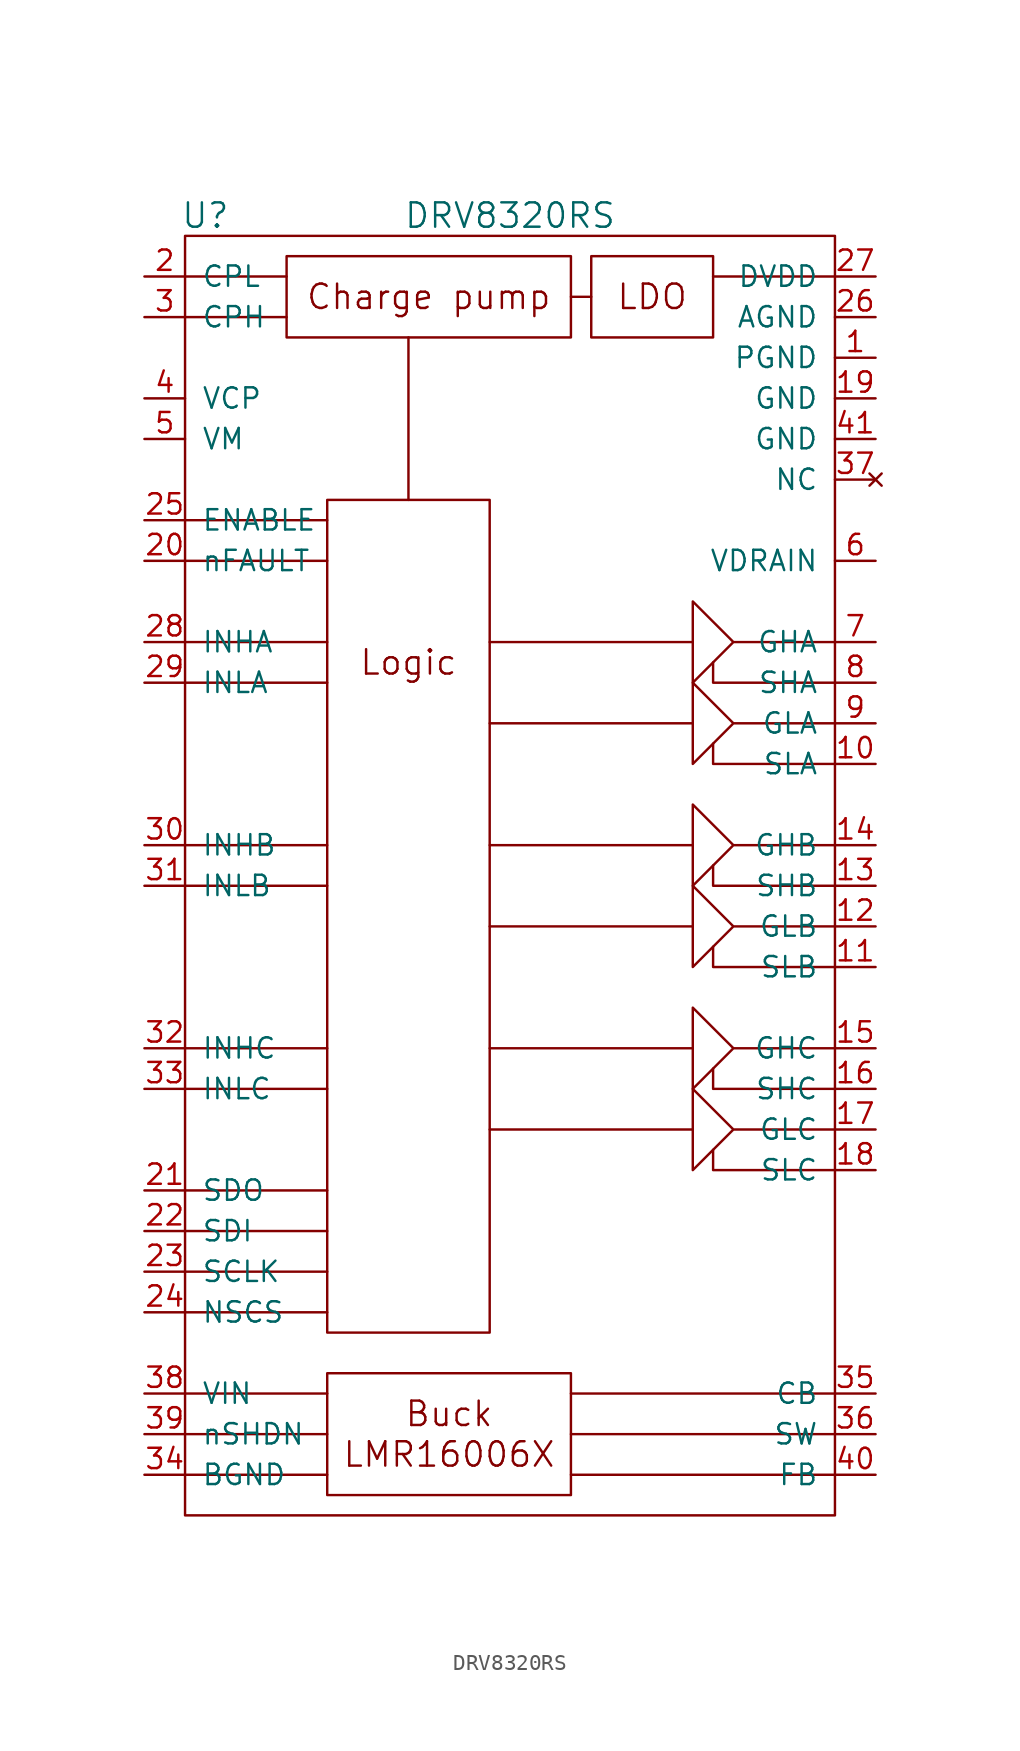
<source format=kicad_sym>
(kicad_symbol_lib
  (version 20211014)
  (generator kicad_symbol_editor)
  (symbol "DRV8320RS"
    (pin_names
      (offset 1.016))
    (property "Reference" "U"
      (at -19.05 41.91 0)
      (effects (font (size 1.524 1.524))))
    (property "Value" "DRV8320RS"
      (at 0 41.91 0)
      (effects (font (size 1.524 1.524))))
    (symbol "DRV8320RS_0_0"
      (rectangle (start -13.97 39.37) (end 3.81 34.29) (stroke (width 0) (type default) (color 0 0 0 0)) (fill (type none)))
      (rectangle (start -11.43 24.13) (end -1.27 -27.94) (stroke (width 0) (type default) (color 0 0 0 0)) (fill (type none)))
      (polyline (pts (xy -20.32 -36.83) (xy -11.43 -36.83)) (stroke (width 0) (type default) (color 0 0 0 0)) (fill (type none)))
      (polyline (pts (xy -20.32 -34.29) (xy -11.43 -34.29)) (stroke (width 0) (type default) (color 0 0 0 0)) (fill (type none)))
      (polyline (pts (xy -20.32 -31.75) (xy -11.43 -31.75)) (stroke (width 0) (type default) (color 0 0 0 0)) (fill (type none)))
      (polyline (pts (xy -20.32 -26.67) (xy -11.43 -26.67)) (stroke (width 0) (type default) (color 0 0 0 0)) (fill (type none)))
      (polyline (pts (xy -20.32 -24.13) (xy -11.43 -24.13)) (stroke (width 0) (type default) (color 0 0 0 0)) (fill (type none)))
      (polyline (pts (xy -20.32 35.56) (xy -13.97 35.56)) (stroke (width 0) (type default) (color 0 0 0 0)) (fill (type none)))
      (polyline (pts (xy -20.32 38.1) (xy -13.97 38.1)) (stroke (width 0) (type default) (color 0 0 0 0)) (fill (type none)))
      (polyline (pts (xy -6.35 24.13) (xy -6.35 34.29)) (stroke (width 0) (type default) (color 0 0 0 0)) (fill (type none)))
      (polyline (pts (xy 3.81 36.83) (xy 5.08 36.83)) (stroke (width 0) (type default) (color 0 0 0 0)) (fill (type none)))
      (polyline (pts (xy 11.43 10.16) (xy -1.27 10.16)) (stroke (width 0) (type default) (color 0 0 0 0)) (fill (type none)))
      (polyline (pts (xy 11.43 15.24) (xy -1.27 15.24)) (stroke (width 0) (type default) (color 0 0 0 0)) (fill (type none)))
      (polyline (pts (xy 12.7 38.1) (xy 20.32 38.1)) (stroke (width 0) (type default) (color 0 0 0 0)) (fill (type none)))
      (polyline (pts (xy 20.32 -36.83) (xy 3.81 -36.83)) (stroke (width 0) (type default) (color 0 0 0 0)) (fill (type none)))
      (polyline (pts (xy 20.32 -34.29) (xy 3.81 -34.29)) (stroke (width 0) (type default) (color 0 0 0 0)) (fill (type none)))
      (polyline (pts (xy 20.32 -31.75) (xy 3.81 -31.75)) (stroke (width 0) (type default) (color 0 0 0 0)) (fill (type none)))
      (rectangle (start 5.08 39.37) (end 12.7 34.29) (stroke (width 0) (type default) (color 0 0 0 0)) (fill (type none)))
      (text "Buck" (at -3.81 -33.02 0) (effects (font (size 1.524 1.524))))
      (text "Charge pump" (at -5.08 36.83 0) (effects (font (size 1.524 1.524))))
      (text "LDO" (at 8.89 36.83 0) (effects (font (size 1.524 1.524))))
      (text "LMR16006X" (at -3.81 -35.56 0) (effects (font (size 1.524 1.524))))
      (text "Logic" (at -6.35 13.97 0) (effects (font (size 1.524 1.524)))))
    (symbol "DRV8320RS_0_1"
      (rectangle (start -20.32 40.64) (end 20.32 -39.37) (stroke (width 0) (type default) (color 0 0 0 0)) (fill (type none)))
      (rectangle (start -11.43 -30.48) (end 3.81 -38.1) (stroke (width 0) (type default) (color 0 0 0 0)) (fill (type none)))
      (polyline (pts (xy 12.7 8.89) (xy 12.7 7.62) (xy 20.32 7.62)) (stroke (width 0) (type default) (color 0 0 0 0)) (fill (type none)))
      (polyline (pts (xy 12.7 13.97) (xy 12.7 12.7) (xy 20.32 12.7)) (stroke (width 0) (type default) (color 0 0 0 0)) (fill (type none)))
      (polyline (pts (xy 20.32 10.16) (xy 13.97 10.16) (xy 11.43 7.62) (xy 11.43 12.7) (xy 13.97 10.16)) (stroke (width 0) (type default) (color 0 0 0 0)) (fill (type none)))
      (polyline (pts (xy 20.32 15.24) (xy 13.97 15.24) (xy 11.43 12.7) (xy 11.43 17.78) (xy 13.97 15.24)) (stroke (width 0) (type default) (color 0 0 0 0)) (fill (type none))))
    (symbol "DRV8320RS_1_0"
      (polyline (pts (xy -20.32 -21.59) (xy -11.43 -21.59)) (stroke (width 0) (type default) (color 0 0 0 0)) (fill (type none)))
      (polyline (pts (xy -20.32 -19.05) (xy -11.43 -19.05)) (stroke (width 0) (type default) (color 0 0 0 0)) (fill (type none)))
      (polyline (pts (xy -20.32 -12.7) (xy -11.43 -12.7)) (stroke (width 0) (type default) (color 0 0 0 0)) (fill (type none)))
      (polyline (pts (xy -20.32 -10.16) (xy -11.43 -10.16)) (stroke (width 0) (type default) (color 0 0 0 0)) (fill (type none)))
      (polyline (pts (xy -20.32 0) (xy -11.43 0)) (stroke (width 0) (type default) (color 0 0 0 0)) (fill (type none)))
      (polyline (pts (xy -20.32 2.54) (xy -11.43 2.54)) (stroke (width 0) (type default) (color 0 0 0 0)) (fill (type none)))
      (polyline (pts (xy -20.32 12.7) (xy -11.43 12.7)) (stroke (width 0) (type default) (color 0 0 0 0)) (fill (type none)))
      (polyline (pts (xy -20.32 15.24) (xy -11.43 15.24)) (stroke (width 0) (type default) (color 0 0 0 0)) (fill (type none)))
      (polyline (pts (xy -20.32 20.32) (xy -11.43 20.32)) (stroke (width 0) (type default) (color 0 0 0 0)) (fill (type none)))
      (polyline (pts (xy -20.32 22.86) (xy -11.43 22.86)) (stroke (width 0) (type default) (color 0 0 0 0)) (fill (type none)))
      (polyline (pts (xy 11.43 -15.24) (xy -1.27 -15.24)) (stroke (width 0) (type default) (color 0 0 0 0)) (fill (type none)))
      (polyline (pts (xy 11.43 -10.16) (xy -1.27 -10.16)) (stroke (width 0) (type default) (color 0 0 0 0)) (fill (type none)))
      (polyline (pts (xy 11.43 -2.54) (xy -1.27 -2.54)) (stroke (width 0) (type default) (color 0 0 0 0)) (fill (type none)))
      (polyline (pts (xy 11.43 2.54) (xy -1.27 2.54)) (stroke (width 0) (type default) (color 0 0 0 0)) (fill (type none))))
    (symbol "DRV8320RS_1_1"
      (polyline (pts (xy 12.7 -16.51) (xy 12.7 -17.78) (xy 20.32 -17.78)) (stroke (width 0) (type default) (color 0 0 0 0)) (fill (type none)))
      (polyline (pts (xy 12.7 -11.43) (xy 12.7 -12.7) (xy 20.32 -12.7)) (stroke (width 0) (type default) (color 0 0 0 0)) (fill (type none)))
      (polyline (pts (xy 12.7 -3.81) (xy 12.7 -5.08) (xy 20.32 -5.08)) (stroke (width 0) (type default) (color 0 0 0 0)) (fill (type none)))
      (polyline (pts (xy 12.7 1.27) (xy 12.7 0) (xy 20.32 0)) (stroke (width 0) (type default) (color 0 0 0 0)) (fill (type none)))
      (polyline (pts (xy 20.32 -15.24) (xy 13.97 -15.24) (xy 11.43 -17.78) (xy 11.43 -12.7) (xy 13.97 -15.24)) (stroke (width 0) (type default) (color 0 0 0 0)) (fill (type none)))
      (polyline (pts (xy 20.32 -10.16) (xy 13.97 -10.16) (xy 11.43 -12.7) (xy 11.43 -7.62) (xy 13.97 -10.16)) (stroke (width 0) (type default) (color 0 0 0 0)) (fill (type none)))
      (polyline (pts (xy 20.32 -2.54) (xy 13.97 -2.54) (xy 11.43 -5.08) (xy 11.43 0) (xy 13.97 -2.54)) (stroke (width 0) (type default) (color 0 0 0 0)) (fill (type none)))
      (polyline (pts (xy 20.32 2.54) (xy 13.97 2.54) (xy 11.43 0) (xy 11.43 5.08) (xy 13.97 2.54)) (stroke (width 0) (type default) (color 0 0 0 0)) (fill (type none)))
      (pin power_in line (at 22.86 33.02 180) (length 2.54) (name "PGND" (effects (font (size 1.27 1.27)))) (number "1" (effects (font (size 1.27 1.27)))))
      (pin input line (at 22.86 7.62 180) (length 2.54) (name "SLA" (effects (font (size 1.27 1.27)))) (number "10" (effects (font (size 1.27 1.27)))))
      (pin input line (at 22.86 -5.08 180) (length 2.54) (name "SLB" (effects (font (size 1.27 1.27)))) (number "11" (effects (font (size 1.27 1.27)))))
      (pin output line (at 22.86 -2.54 180) (length 2.54) (name "GLB" (effects (font (size 1.27 1.27)))) (number "12" (effects (font (size 1.27 1.27)))))
      (pin input line (at 22.86 0 180) (length 2.54) (name "SHB" (effects (font (size 1.27 1.27)))) (number "13" (effects (font (size 1.27 1.27)))))
      (pin output line (at 22.86 2.54 180) (length 2.54) (name "GHB" (effects (font (size 1.27 1.27)))) (number "14" (effects (font (size 1.27 1.27)))))
      (pin output line (at 22.86 -10.16 180) (length 2.54) (name "GHC" (effects (font (size 1.27 1.27)))) (number "15" (effects (font (size 1.27 1.27)))))
      (pin input line (at 22.86 -12.7 180) (length 2.54) (name "SHC" (effects (font (size 1.27 1.27)))) (number "16" (effects (font (size 1.27 1.27)))))
      (pin output line (at 22.86 -15.24 180) (length 2.54) (name "GLC" (effects (font (size 1.27 1.27)))) (number "17" (effects (font (size 1.27 1.27)))))
      (pin input line (at 22.86 -17.78 180) (length 2.54) (name "SLC" (effects (font (size 1.27 1.27)))) (number "18" (effects (font (size 1.27 1.27)))))
      (pin power_in line (at 22.86 30.48 180) (length 2.54) (name "GND" (effects (font (size 1.27 1.27)))) (number "19" (effects (font (size 1.27 1.27)))))
      (pin power_out line (at -22.86 38.1 0) (length 2.54) (name "CPL" (effects (font (size 1.27 1.27)))) (number "2" (effects (font (size 1.27 1.27)))))
      (pin open_collector line (at -22.86 20.32 0) (length 2.54) (name "nFAULT" (effects (font (size 1.27 1.27)))) (number "20" (effects (font (size 1.27 1.27)))))
      (pin open_collector line (at -22.86 -19.05 0) (length 2.54) (name "SDO" (effects (font (size 1.27 1.27)))) (number "21" (effects (font (size 1.27 1.27)))))
      (pin input line (at -22.86 -21.59 0) (length 2.54) (name "SDI" (effects (font (size 1.27 1.27)))) (number "22" (effects (font (size 1.27 1.27)))))
      (pin input line (at -22.86 -24.13 0) (length 2.54) (name "SCLK" (effects (font (size 1.27 1.27)))) (number "23" (effects (font (size 1.27 1.27)))))
      (pin input line (at -22.86 -26.67 0) (length 2.54) (name "NSCS" (effects (font (size 1.27 1.27)))) (number "24" (effects (font (size 1.27 1.27)))))
      (pin input line (at -22.86 22.86 0) (length 2.54) (name "ENABLE" (effects (font (size 1.27 1.27)))) (number "25" (effects (font (size 1.27 1.27)))))
      (pin power_in line (at 22.86 35.56 180) (length 2.54) (name "AGND" (effects (font (size 1.27 1.27)))) (number "26" (effects (font (size 1.27 1.27)))))
      (pin power_out line (at 22.86 38.1 180) (length 2.54) (name "DVDD" (effects (font (size 1.27 1.27)))) (number "27" (effects (font (size 1.27 1.27)))))
      (pin input line (at -22.86 15.24 0) (length 2.54) (name "INHA" (effects (font (size 1.27 1.27)))) (number "28" (effects (font (size 1.27 1.27)))))
      (pin input line (at -22.86 12.7 0) (length 2.54) (name "INLA" (effects (font (size 1.27 1.27)))) (number "29" (effects (font (size 1.27 1.27)))))
      (pin power_in line (at -22.86 35.56 0) (length 2.54) (name "CPH" (effects (font (size 1.27 1.27)))) (number "3" (effects (font (size 1.27 1.27)))))
      (pin input line (at -22.86 2.54 0) (length 2.54) (name "INHB" (effects (font (size 1.27 1.27)))) (number "30" (effects (font (size 1.27 1.27)))))
      (pin input line (at -22.86 0 0) (length 2.54) (name "INLB" (effects (font (size 1.27 1.27)))) (number "31" (effects (font (size 1.27 1.27)))))
      (pin input line (at -22.86 -10.16 0) (length 2.54) (name "INHC" (effects (font (size 1.27 1.27)))) (number "32" (effects (font (size 1.27 1.27)))))
      (pin input line (at -22.86 -12.7 0) (length 2.54) (name "INLC" (effects (font (size 1.27 1.27)))) (number "33" (effects (font (size 1.27 1.27)))))
      (pin power_in line (at -22.86 -36.83 0) (length 2.54) (name "BGND" (effects (font (size 1.27 1.27)))) (number "34" (effects (font (size 1.27 1.27)))))
      (pin power_in line (at 22.86 -31.75 180) (length 2.54) (name "CB" (effects (font (size 1.27 1.27)))) (number "35" (effects (font (size 1.27 1.27)))))
      (pin open_emitter line (at 22.86 -34.29 180) (length 2.54) (name "SW" (effects (font (size 1.27 1.27)))) (number "36" (effects (font (size 1.27 1.27)))))
      (pin no_connect line (at 22.86 25.4 180) (length 2.54) (name "NC" (effects (font (size 1.27 1.27)))) (number "37" (effects (font (size 1.27 1.27)))))
      (pin power_in line (at -22.86 -31.75 0) (length 2.54) (name "VIN" (effects (font (size 1.27 1.27)))) (number "38" (effects (font (size 1.27 1.27)))))
      (pin input line (at -22.86 -34.29 0) (length 2.54) (name "nSHDN" (effects (font (size 1.27 1.27)))) (number "39" (effects (font (size 1.27 1.27)))))
      (pin power_out line (at -22.86 30.48 0) (length 2.54) (name "VCP" (effects (font (size 1.27 1.27)))) (number "4" (effects (font (size 1.27 1.27)))))
      (pin input line (at 22.86 -36.83 180) (length 2.54) (name "FB" (effects (font (size 1.27 1.27)))) (number "40" (effects (font (size 1.27 1.27)))))
      (pin power_in line (at 22.86 27.94 180) (length 2.54) (name "GND" (effects (font (size 1.27 1.27)))) (number "41" (effects (font (size 1.27 1.27)))))
      (pin power_in line (at -22.86 27.94 0) (length 2.54) (name "VM" (effects (font (size 1.27 1.27)))) (number "5" (effects (font (size 1.27 1.27)))))
      (pin input line (at 22.86 20.32 180) (length 2.54) (name "VDRAIN" (effects (font (size 1.27 1.27)))) (number "6" (effects (font (size 1.27 1.27)))))
      (pin output line (at 22.86 15.24 180) (length 2.54) (name "GHA" (effects (font (size 1.27 1.27)))) (number "7" (effects (font (size 1.27 1.27)))))
      (pin input line (at 22.86 12.7 180) (length 2.54) (name "SHA" (effects (font (size 1.27 1.27)))) (number "8" (effects (font (size 1.27 1.27)))))
      (pin output line (at 22.86 10.16 180) (length 2.54) (name "GLA" (effects (font (size 1.27 1.27)))) (number "9" (effects (font (size 1.27 1.27))))))))
</source>
